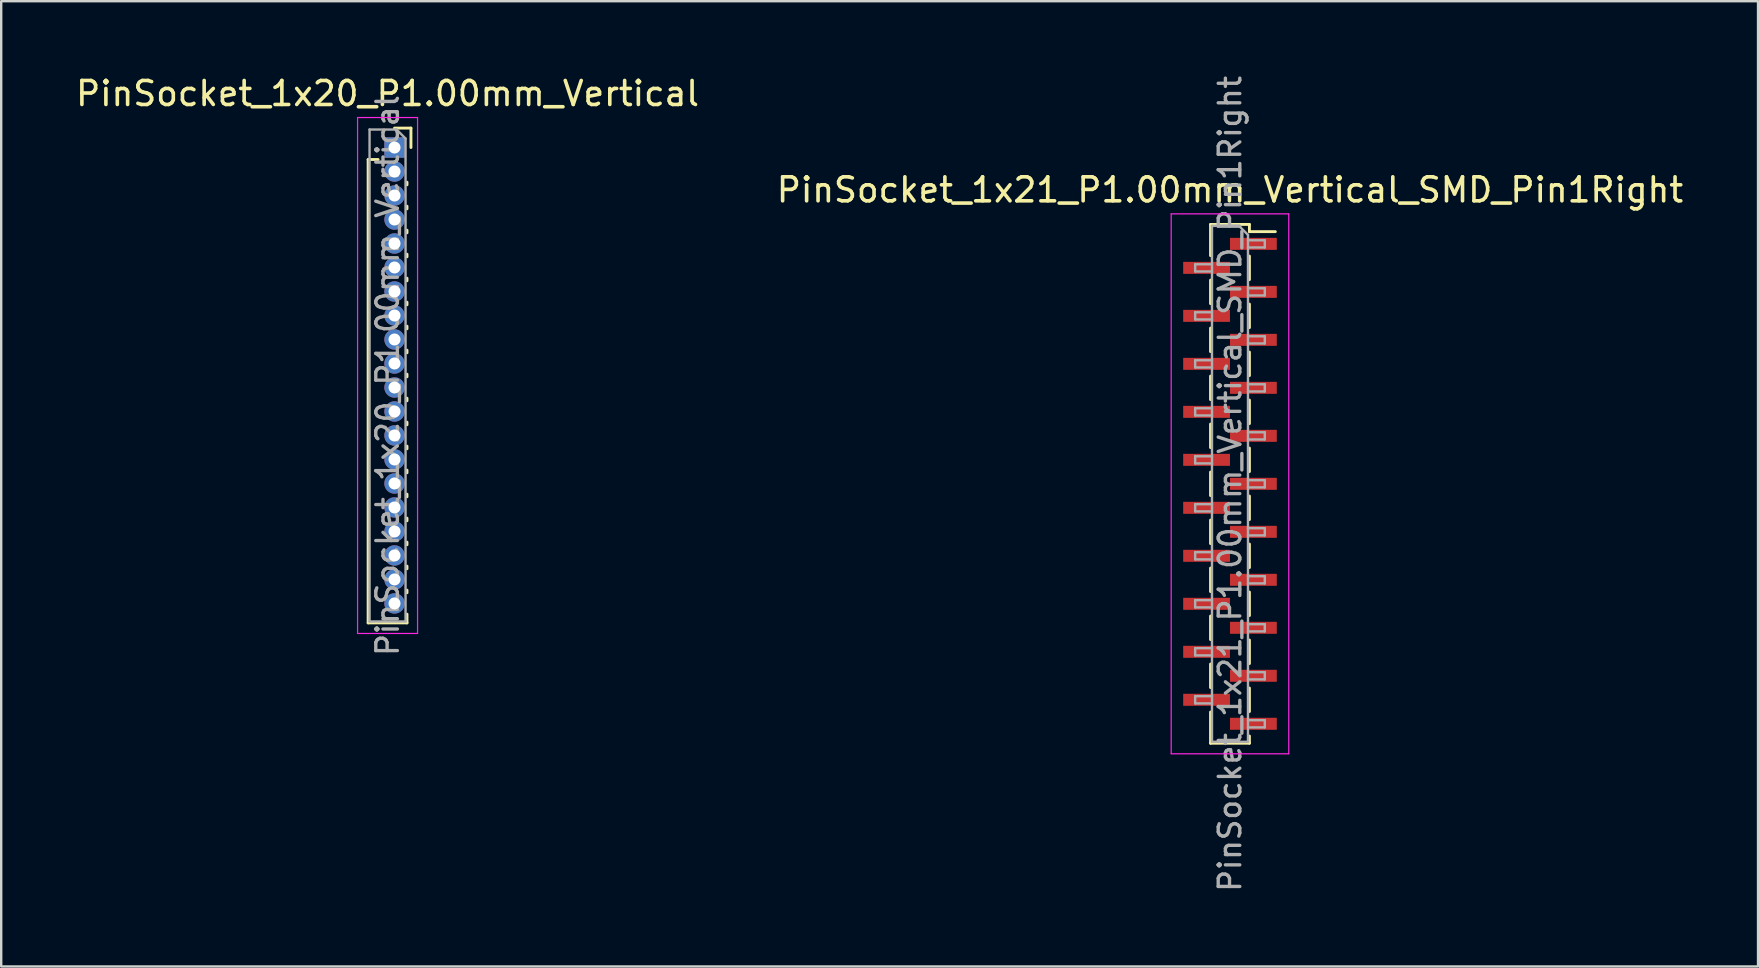
<source format=kicad_pcb>
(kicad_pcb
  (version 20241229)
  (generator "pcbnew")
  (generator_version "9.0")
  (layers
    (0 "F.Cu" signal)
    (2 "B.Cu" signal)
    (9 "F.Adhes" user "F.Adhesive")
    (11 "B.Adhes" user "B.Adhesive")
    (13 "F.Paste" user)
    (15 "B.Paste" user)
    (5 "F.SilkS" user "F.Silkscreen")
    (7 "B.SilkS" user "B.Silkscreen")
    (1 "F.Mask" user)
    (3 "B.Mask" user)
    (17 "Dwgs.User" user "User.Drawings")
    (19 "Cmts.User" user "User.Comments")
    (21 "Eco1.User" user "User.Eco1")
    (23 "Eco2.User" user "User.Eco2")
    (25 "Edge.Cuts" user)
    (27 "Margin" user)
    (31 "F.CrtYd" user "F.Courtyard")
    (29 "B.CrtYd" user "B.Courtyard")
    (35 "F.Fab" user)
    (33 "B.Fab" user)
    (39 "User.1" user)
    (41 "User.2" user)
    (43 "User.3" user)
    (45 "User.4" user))
  (footprint "PinSocket_1x21_P1.00mm_Vertical_SMD_Pin1Right"
    (layer "F.Cu")
    (at 48.208 17.113)
    (property "Reference" "PinSocket_1x21_P1.00mm_Vertical_SMD_Pin1Right" (at 0 -12.25 0) (layer "F.SilkS") (effects (font (size 1 1) (thickness 0.15))))
    (attr smd)
    (fp_line (start -0.81 -10.81) (end -0.81 -9.51) (stroke (width 0.12) (type solid)) (layer "F.SilkS"))
    (fp_line (start -0.81 -10.81) (end 0.81 -10.81) (stroke (width 0.12) (type solid)) (layer "F.SilkS"))
    (fp_line (start -0.81 -8.49) (end -0.81 -7.51) (stroke (width 0.12) (type solid)) (layer "F.SilkS"))
    (fp_line (start -0.81 -6.49) (end -0.81 -5.51) (stroke (width 0.12) (type solid)) (layer "F.SilkS"))
    (fp_line (start -0.81 -4.49) (end -0.81 -3.51) (stroke (width 0.12) (type solid)) (layer "F.SilkS"))
    (fp_line (start -0.81 -2.49) (end -0.81 -1.51) (stroke (width 0.12) (type solid)) (layer "F.SilkS"))
    (fp_line (start -0.81 -0.49) (end -0.81 0.49) (stroke (width 0.12) (type solid)) (layer "F.SilkS"))
    (fp_line (start -0.81 1.51) (end -0.81 2.49) (stroke (width 0.12) (type solid)) (layer "F.SilkS"))
    (fp_line (start -0.81 3.51) (end -0.81 4.49) (stroke (width 0.12) (type solid)) (layer "F.SilkS"))
    (fp_line (start -0.81 5.51) (end -0.81 6.49) (stroke (width 0.12) (type solid)) (layer "F.SilkS"))
    (fp_line (start -0.81 7.51) (end -0.81 8.49) (stroke (width 0.12) (type solid)) (layer "F.SilkS"))
    (fp_line (start -0.81 9.51) (end -0.81 10.81) (stroke (width 0.12) (type solid)) (layer "F.SilkS"))
    (fp_line (start -0.81 10.81) (end 0.81 10.81) (stroke (width 0.12) (type solid)) (layer "F.SilkS"))
    (fp_line (start 0.81 -10.81) (end 0.81 -10.51) (stroke (width 0.12) (type solid)) (layer "F.SilkS"))
    (fp_line (start 0.81 -10.51) (end 1.89 -10.51) (stroke (width 0.12) (type solid)) (layer "F.SilkS"))
    (fp_line (start 0.81 -9.49) (end 0.81 -8.51) (stroke (width 0.12) (type solid)) (layer "F.SilkS"))
    (fp_line (start 0.81 -7.49) (end 0.81 -6.51) (stroke (width 0.12) (type solid)) (layer "F.SilkS"))
    (fp_line (start 0.81 -5.49) (end 0.81 -4.51) (stroke (width 0.12) (type solid)) (layer "F.SilkS"))
    (fp_line (start 0.81 -3.49) (end 0.81 -2.51) (stroke (width 0.12) (type solid)) (layer "F.SilkS"))
    (fp_line (start 0.81 -1.49) (end 0.81 -0.51) (stroke (width 0.12) (type solid)) (layer "F.SilkS"))
    (fp_line (start 0.81 0.51) (end 0.81 1.49) (stroke (width 0.12) (type solid)) (layer "F.SilkS"))
    (fp_line (start 0.81 2.51) (end 0.81 3.49) (stroke (width 0.12) (type solid)) (layer "F.SilkS"))
    (fp_line (start 0.81 4.51) (end 0.81 5.49) (stroke (width 0.12) (type solid)) (layer "F.SilkS"))
    (fp_line (start 0.81 6.51) (end 0.81 7.49) (stroke (width 0.12) (type solid)) (layer "F.SilkS"))
    (fp_line (start 0.81 8.51) (end 0.81 9.49) (stroke (width 0.12) (type solid)) (layer "F.SilkS"))
    (fp_line (start 0.81 10.51) (end 0.81 10.81) (stroke (width 0.12) (type solid)) (layer "F.SilkS"))
    (fp_line (start -2.45 -11.25) (end 2.45 -11.25) (stroke (width 0.05) (type solid)) (layer "F.CrtYd"))
    (fp_line (start -2.45 11.25) (end -2.45 -11.25) (stroke (width 0.05) (type solid)) (layer "F.CrtYd"))
    (fp_line (start 2.45 -11.25) (end 2.45 11.25) (stroke (width 0.05) (type solid)) (layer "F.CrtYd"))
    (fp_line (start 2.45 11.25) (end -2.45 11.25) (stroke (width 0.05) (type solid)) (layer "F.CrtYd"))
    (fp_line (start -1.45 -9.15) (end -0.75 -9.15) (stroke (width 0.1) (type solid)) (layer "F.Fab"))
    (fp_line (start -1.45 -8.85) (end -1.45 -9.15) (stroke (width 0.1) (type solid)) (layer "F.Fab"))
    (fp_line (start -1.45 -7.15) (end -0.75 -7.15) (stroke (width 0.1) (type solid)) (layer "F.Fab"))
    (fp_line (start -1.45 -6.85) (end -1.45 -7.15) (stroke (width 0.1) (type solid)) (layer "F.Fab"))
    (fp_line (start -1.45 -5.15) (end -0.75 -5.15) (stroke (width 0.1) (type solid)) (layer "F.Fab"))
    (fp_line (start -1.45 -4.85) (end -1.45 -5.15) (stroke (width 0.1) (type solid)) (layer "F.Fab"))
    (fp_line (start -1.45 -3.15) (end -0.75 -3.15) (stroke (width 0.1) (type solid)) (layer "F.Fab"))
    (fp_line (start -1.45 -2.85) (end -1.45 -3.15) (stroke (width 0.1) (type solid)) (layer "F.Fab"))
    (fp_line (start -1.45 -1.15) (end -0.75 -1.15) (stroke (width 0.1) (type solid)) (layer "F.Fab"))
    (fp_line (start -1.45 -0.85) (end -1.45 -1.15) (stroke (width 0.1) (type solid)) (layer "F.Fab"))
    (fp_line (start -1.45 0.85) (end -0.75 0.85) (stroke (width 0.1) (type solid)) (layer "F.Fab"))
    (fp_line (start -1.45 1.15) (end -1.45 0.85) (stroke (width 0.1) (type solid)) (layer "F.Fab"))
    (fp_line (start -1.45 2.85) (end -0.75 2.85) (stroke (width 0.1) (type solid)) (layer "F.Fab"))
    (fp_line (start -1.45 3.15) (end -1.45 2.85) (stroke (width 0.1) (type solid)) (layer "F.Fab"))
    (fp_line (start -1.45 4.85) (end -0.75 4.85) (stroke (width 0.1) (type solid)) (layer "F.Fab"))
    (fp_line (start -1.45 5.15) (end -1.45 4.85) (stroke (width 0.1) (type solid)) (layer "F.Fab"))
    (fp_line (start -1.45 6.85) (end -0.75 6.85) (stroke (width 0.1) (type solid)) (layer "F.Fab"))
    (fp_line (start -1.45 7.15) (end -1.45 6.85) (stroke (width 0.1) (type solid)) (layer "F.Fab"))
    (fp_line (start -1.45 8.85) (end -0.75 8.85) (stroke (width 0.1) (type solid)) (layer "F.Fab"))
    (fp_line (start -1.45 9.15) (end -1.45 8.85) (stroke (width 0.1) (type solid)) (layer "F.Fab"))
    (fp_line (start -0.75 -10.75) (end 0.375 -10.75) (stroke (width 0.1) (type solid)) (layer "F.Fab"))
    (fp_line (start -0.75 -8.85) (end -1.45 -8.85) (stroke (width 0.1) (type solid)) (layer "F.Fab"))
    (fp_line (start -0.75 -6.85) (end -1.45 -6.85) (stroke (width 0.1) (type solid)) (layer "F.Fab"))
    (fp_line (start -0.75 -4.85) (end -1.45 -4.85) (stroke (width 0.1) (type solid)) (layer "F.Fab"))
    (fp_line (start -0.75 -2.85) (end -1.45 -2.85) (stroke (width 0.1) (type solid)) (layer "F.Fab"))
    (fp_line (start -0.75 -0.85) (end -1.45 -0.85) (stroke (width 0.1) (type solid)) (layer "F.Fab"))
    (fp_line (start -0.75 1.15) (end -1.45 1.15) (stroke (width 0.1) (type solid)) (layer "F.Fab"))
    (fp_line (start -0.75 3.15) (end -1.45 3.15) (stroke (width 0.1) (type solid)) (layer "F.Fab"))
    (fp_line (start -0.75 5.15) (end -1.45 5.15) (stroke (width 0.1) (type solid)) (layer "F.Fab"))
    (fp_line (start -0.75 7.15) (end -1.45 7.15) (stroke (width 0.1) (type solid)) (layer "F.Fab"))
    (fp_line (start -0.75 9.15) (end -1.45 9.15) (stroke (width 0.1) (type solid)) (layer "F.Fab"))
    (fp_line (start -0.75 10.75) (end -0.75 -10.75) (stroke (width 0.1) (type solid)) (layer "F.Fab"))
    (fp_line (start 0.375 -10.75) (end 0.75 -10.375) (stroke (width 0.1) (type solid)) (layer "F.Fab"))
    (fp_line (start 0.75 -10.375) (end 0.75 10.75) (stroke (width 0.1) (type solid)) (layer "F.Fab"))
    (fp_line (start 0.75 -10.15) (end 1.45 -10.15) (stroke (width 0.1) (type solid)) (layer "F.Fab"))
    (fp_line (start 0.75 -8.15) (end 1.45 -8.15) (stroke (width 0.1) (type solid)) (layer "F.Fab"))
    (fp_line (start 0.75 -6.15) (end 1.45 -6.15) (stroke (width 0.1) (type solid)) (layer "F.Fab"))
    (fp_line (start 0.75 -4.15) (end 1.45 -4.15) (stroke (width 0.1) (type solid)) (layer "F.Fab"))
    (fp_line (start 0.75 -2.15) (end 1.45 -2.15) (stroke (width 0.1) (type solid)) (layer "F.Fab"))
    (fp_line (start 0.75 -0.15) (end 1.45 -0.15) (stroke (width 0.1) (type solid)) (layer "F.Fab"))
    (fp_line (start 0.75 1.85) (end 1.45 1.85) (stroke (width 0.1) (type solid)) (layer "F.Fab"))
    (fp_line (start 0.75 3.85) (end 1.45 3.85) (stroke (width 0.1) (type solid)) (layer "F.Fab"))
    (fp_line (start 0.75 5.85) (end 1.45 5.85) (stroke (width 0.1) (type solid)) (layer "F.Fab"))
    (fp_line (start 0.75 7.85) (end 1.45 7.85) (stroke (width 0.1) (type solid)) (layer "F.Fab"))
    (fp_line (start 0.75 9.85) (end 1.45 9.85) (stroke (width 0.1) (type solid)) (layer "F.Fab"))
    (fp_line (start 0.75 10.75) (end -0.75 10.75) (stroke (width 0.1) (type solid)) (layer "F.Fab"))
    (fp_line (start 1.45 -10.15) (end 1.45 -9.85) (stroke (width 0.1) (type solid)) (layer "F.Fab"))
    (fp_line (start 1.45 -9.85) (end 0.75 -9.85) (stroke (width 0.1) (type solid)) (layer "F.Fab"))
    (fp_line (start 1.45 -8.15) (end 1.45 -7.85) (stroke (width 0.1) (type solid)) (layer "F.Fab"))
    (fp_line (start 1.45 -7.85) (end 0.75 -7.85) (stroke (width 0.1) (type solid)) (layer "F.Fab"))
    (fp_line (start 1.45 -6.15) (end 1.45 -5.85) (stroke (width 0.1) (type solid)) (layer "F.Fab"))
    (fp_line (start 1.45 -5.85) (end 0.75 -5.85) (stroke (width 0.1) (type solid)) (layer "F.Fab"))
    (fp_line (start 1.45 -4.15) (end 1.45 -3.85) (stroke (width 0.1) (type solid)) (layer "F.Fab"))
    (fp_line (start 1.45 -3.85) (end 0.75 -3.85) (stroke (width 0.1) (type solid)) (layer "F.Fab"))
    (fp_line (start 1.45 -2.15) (end 1.45 -1.85) (stroke (width 0.1) (type solid)) (layer "F.Fab"))
    (fp_line (start 1.45 -1.85) (end 0.75 -1.85) (stroke (width 0.1) (type solid)) (layer "F.Fab"))
    (fp_line (start 1.45 -0.15) (end 1.45 0.15) (stroke (width 0.1) (type solid)) (layer "F.Fab"))
    (fp_line (start 1.45 0.15) (end 0.75 0.15) (stroke (width 0.1) (type solid)) (layer "F.Fab"))
    (fp_line (start 1.45 1.85) (end 1.45 2.15) (stroke (width 0.1) (type solid)) (layer "F.Fab"))
    (fp_line (start 1.45 2.15) (end 0.75 2.15) (stroke (width 0.1) (type solid)) (layer "F.Fab"))
    (fp_line (start 1.45 3.85) (end 1.45 4.15) (stroke (width 0.1) (type solid)) (layer "F.Fab"))
    (fp_line (start 1.45 4.15) (end 0.75 4.15) (stroke (width 0.1) (type solid)) (layer "F.Fab"))
    (fp_line (start 1.45 5.85) (end 1.45 6.15) (stroke (width 0.1) (type solid)) (layer "F.Fab"))
    (fp_line (start 1.45 6.15) (end 0.75 6.15) (stroke (width 0.1) (type solid)) (layer "F.Fab"))
    (fp_line (start 1.45 7.85) (end 1.45 8.15) (stroke (width 0.1) (type solid)) (layer "F.Fab"))
    (fp_line (start 1.45 8.15) (end 0.75 8.15) (stroke (width 0.1) (type solid)) (layer "F.Fab"))
    (fp_line (start 1.45 9.85) (end 1.45 10.15) (stroke (width 0.1) (type solid)) (layer "F.Fab"))
    (fp_line (start 1.45 10.15) (end 0.75 10.15) (stroke (width 0.1) (type solid)) (layer "F.Fab"))
    (fp_text user "${REFERENCE}" (at 0 0 90) (layer "F.Fab") (effects (font (size 0.9 0.9) (thickness 0.14))))
    (pad "1" smd rect (at 0.975 -10) (size 1.95 0.5) (layers "F.Cu" "F.Mask" "F.Paste"))
    (pad "2" smd rect (at -0.975 -9) (size 1.95 0.5) (layers "F.Cu" "F.Mask" "F.Paste"))
    (pad "3" smd rect (at 0.975 -8) (size 1.95 0.5) (layers "F.Cu" "F.Mask" "F.Paste"))
    (pad "4" smd rect (at -0.975 -7) (size 1.95 0.5) (layers "F.Cu" "F.Mask" "F.Paste"))
    (pad "5" smd rect (at 0.975 -6) (size 1.95 0.5) (layers "F.Cu" "F.Mask" "F.Paste"))
    (pad "6" smd rect (at -0.975 -5) (size 1.95 0.5) (layers "F.Cu" "F.Mask" "F.Paste"))
    (pad "7" smd rect (at 0.975 -4) (size 1.95 0.5) (layers "F.Cu" "F.Mask" "F.Paste"))
    (pad "8" smd rect (at -0.975 -3) (size 1.95 0.5) (layers "F.Cu" "F.Mask" "F.Paste"))
    (pad "9" smd rect (at 0.975 -2) (size 1.95 0.5) (layers "F.Cu" "F.Mask" "F.Paste"))
    (pad "10" smd rect (at -0.975 -1) (size 1.95 0.5) (layers "F.Cu" "F.Mask" "F.Paste"))
    (pad "11" smd rect (at 0.975 0) (size 1.95 0.5) (layers "F.Cu" "F.Mask" "F.Paste"))
    (pad "12" smd rect (at -0.975 1) (size 1.95 0.5) (layers "F.Cu" "F.Mask" "F.Paste"))
    (pad "13" smd rect (at 0.975 2) (size 1.95 0.5) (layers "F.Cu" "F.Mask" "F.Paste"))
    (pad "14" smd rect (at -0.975 3) (size 1.95 0.5) (layers "F.Cu" "F.Mask" "F.Paste"))
    (pad "15" smd rect (at 0.975 4) (size 1.95 0.5) (layers "F.Cu" "F.Mask" "F.Paste"))
    (pad "16" smd rect (at -0.975 5) (size 1.95 0.5) (layers "F.Cu" "F.Mask" "F.Paste"))
    (pad "17" smd rect (at 0.975 6) (size 1.95 0.5) (layers "F.Cu" "F.Mask" "F.Paste"))
    (pad "18" smd rect (at -0.975 7) (size 1.95 0.5) (layers "F.Cu" "F.Mask" "F.Paste"))
    (pad "19" smd rect (at 0.975 8) (size 1.95 0.5) (layers "F.Cu" "F.Mask" "F.Paste"))
    (pad "20" smd rect (at -0.975 9) (size 1.95 0.5) (layers "F.Cu" "F.Mask" "F.Paste"))
    (pad "21" smd rect (at 0.975 10) (size 1.95 0.5) (layers "F.Cu" "F.Mask" "F.Paste")))
  (footprint "PinSocket_1x20_P1.00mm_Vertical"
    (layer "F.Cu")
    (at 13.391 3.098)
    (property "Reference" "PinSocket_1x20_P1.00mm_Vertical" (at -0.29 -2.25 0) (layer "F.SilkS") (effects (font (size 1 1) (thickness 0.15))))
    (attr through_hole)
    (fp_line (start -1.1 0.5) (end -1.1 19.81) (stroke (width 0.12) (type solid)) (layer "F.SilkS"))
    (fp_line (start -1.1 0.5) (end -0.685 0.5) (stroke (width 0.12) (type solid)) (layer "F.SilkS"))
    (fp_line (start -1.1 19.81) (end 0.52 19.81) (stroke (width 0.12) (type solid)) (layer "F.SilkS"))
    (fp_line (start 0 -0.81) (end 0.685 -0.81) (stroke (width 0.12) (type solid)) (layer "F.SilkS"))
    (fp_line (start 0.52 1.446) (end 0.52 1.554) (stroke (width 0.12) (type solid)) (layer "F.SilkS"))
    (fp_line (start 0.52 2.446) (end 0.52 2.554) (stroke (width 0.12) (type solid)) (layer "F.SilkS"))
    (fp_line (start 0.52 3.446) (end 0.52 3.554) (stroke (width 0.12) (type solid)) (layer "F.SilkS"))
    (fp_line (start 0.52 4.446) (end 0.52 4.554) (stroke (width 0.12) (type solid)) (layer "F.SilkS"))
    (fp_line (start 0.52 5.446) (end 0.52 5.554) (stroke (width 0.12) (type solid)) (layer "F.SilkS"))
    (fp_line (start 0.52 6.446) (end 0.52 6.554) (stroke (width 0.12) (type solid)) (layer "F.SilkS"))
    (fp_line (start 0.52 7.446) (end 0.52 7.554) (stroke (width 0.12) (type solid)) (layer "F.SilkS"))
    (fp_line (start 0.52 8.446) (end 0.52 8.554) (stroke (width 0.12) (type solid)) (layer "F.SilkS"))
    (fp_line (start 0.52 9.446) (end 0.52 9.554) (stroke (width 0.12) (type solid)) (layer "F.SilkS"))
    (fp_line (start 0.52 10.446) (end 0.52 10.554) (stroke (width 0.12) (type solid)) (layer "F.SilkS"))
    (fp_line (start 0.52 11.446) (end 0.52 11.554) (stroke (width 0.12) (type solid)) (layer "F.SilkS"))
    (fp_line (start 0.52 12.446) (end 0.52 12.554) (stroke (width 0.12) (type solid)) (layer "F.SilkS"))
    (fp_line (start 0.52 13.446) (end 0.52 13.554) (stroke (width 0.12) (type solid)) (layer "F.SilkS"))
    (fp_line (start 0.52 14.446) (end 0.52 14.554) (stroke (width 0.12) (type solid)) (layer "F.SilkS"))
    (fp_line (start 0.52 15.446) (end 0.52 15.554) (stroke (width 0.12) (type solid)) (layer "F.SilkS"))
    (fp_line (start 0.52 16.446) (end 0.52 16.554) (stroke (width 0.12) (type solid)) (layer "F.SilkS"))
    (fp_line (start 0.52 17.446) (end 0.52 17.554) (stroke (width 0.12) (type solid)) (layer "F.SilkS"))
    (fp_line (start 0.52 18.446) (end 0.52 18.554) (stroke (width 0.12) (type solid)) (layer "F.SilkS"))
    (fp_line (start 0.52 19.446) (end 0.52 19.81) (stroke (width 0.12) (type solid)) (layer "F.SilkS"))
    (fp_line (start 0.685 -0.81) (end 0.685 0) (stroke (width 0.12) (type solid)) (layer "F.SilkS"))
    (fp_line (start -1.54 -1.25) (end 0.96 -1.25) (stroke (width 0.05) (type solid)) (layer "F.CrtYd"))
    (fp_line (start -1.54 20.25) (end -1.54 -1.25) (stroke (width 0.05) (type solid)) (layer "F.CrtYd"))
    (fp_line (start 0.96 -1.25) (end 0.96 20.25) (stroke (width 0.05) (type solid)) (layer "F.CrtYd"))
    (fp_line (start 0.96 20.25) (end -1.54 20.25) (stroke (width 0.05) (type solid)) (layer "F.CrtYd"))
    (fp_line (start -1.04 -0.75) (end 0.085 -0.75) (stroke (width 0.1) (type solid)) (layer "F.Fab"))
    (fp_line (start -1.04 19.75) (end -1.04 -0.75) (stroke (width 0.1) (type solid)) (layer "F.Fab"))
    (fp_line (start 0.085 -0.75) (end 0.46 -0.375) (stroke (width 0.1) (type solid)) (layer "F.Fab"))
    (fp_line (start 0.46 -0.375) (end 0.46 19.75) (stroke (width 0.1) (type solid)) (layer "F.Fab"))
    (fp_line (start 0.46 19.75) (end -1.04 19.75) (stroke (width 0.1) (type solid)) (layer "F.Fab"))
    (fp_text user "${REFERENCE}" (at -0.29 9.5 90) (layer "F.Fab") (effects (font (size 0.9 0.9) (thickness 0.14))))
    (pad "1" thru_hole rect (at 0 0) (size 0.85 0.85) (drill 0.5) (layers "*.Cu" "*.Mask"))
    (pad "2" thru_hole oval (at 0 1) (size 0.85 0.85) (drill 0.5) (layers "*.Cu" "*.Mask"))
    (pad "3" thru_hole oval (at 0 2) (size 0.85 0.85) (drill 0.5) (layers "*.Cu" "*.Mask"))
    (pad "4" thru_hole oval (at 0 3) (size 0.85 0.85) (drill 0.5) (layers "*.Cu" "*.Mask"))
    (pad "5" thru_hole oval (at 0 4) (size 0.85 0.85) (drill 0.5) (layers "*.Cu" "*.Mask"))
    (pad "6" thru_hole oval (at 0 5) (size 0.85 0.85) (drill 0.5) (layers "*.Cu" "*.Mask"))
    (pad "7" thru_hole oval (at 0 6) (size 0.85 0.85) (drill 0.5) (layers "*.Cu" "*.Mask"))
    (pad "8" thru_hole oval (at 0 7) (size 0.85 0.85) (drill 0.5) (layers "*.Cu" "*.Mask"))
    (pad "9" thru_hole oval (at 0 8) (size 0.85 0.85) (drill 0.5) (layers "*.Cu" "*.Mask"))
    (pad "10" thru_hole oval (at 0 9) (size 0.85 0.85) (drill 0.5) (layers "*.Cu" "*.Mask"))
    (pad "11" thru_hole oval (at 0 10) (size 0.85 0.85) (drill 0.5) (layers "*.Cu" "*.Mask"))
    (pad "12" thru_hole oval (at 0 11) (size 0.85 0.85) (drill 0.5) (layers "*.Cu" "*.Mask"))
    (pad "13" thru_hole oval (at 0 12) (size 0.85 0.85) (drill 0.5) (layers "*.Cu" "*.Mask"))
    (pad "14" thru_hole oval (at 0 13) (size 0.85 0.85) (drill 0.5) (layers "*.Cu" "*.Mask"))
    (pad "15" thru_hole oval (at 0 14) (size 0.85 0.85) (drill 0.5) (layers "*.Cu" "*.Mask"))
    (pad "16" thru_hole oval (at 0 15) (size 0.85 0.85) (drill 0.5) (layers "*.Cu" "*.Mask"))
    (pad "17" thru_hole oval (at 0 16) (size 0.85 0.85) (drill 0.5) (layers "*.Cu" "*.Mask"))
    (pad "18" thru_hole oval (at 0 17) (size 0.85 0.85) (drill 0.5) (layers "*.Cu" "*.Mask"))
    (pad "19" thru_hole oval (at 0 18) (size 0.85 0.85) (drill 0.5) (layers "*.Cu" "*.Mask"))
    (pad "20" thru_hole oval (at 0 19) (size 0.85 0.85) (drill 0.5) (layers "*.Cu" "*.Mask")))
  (gr_rect
    (start -3 -3)
    (end 70.214 37.226)
    (stroke (width 0.1) (type default))
    (fill no)
    (layer "Edge.Cuts")))
</source>
